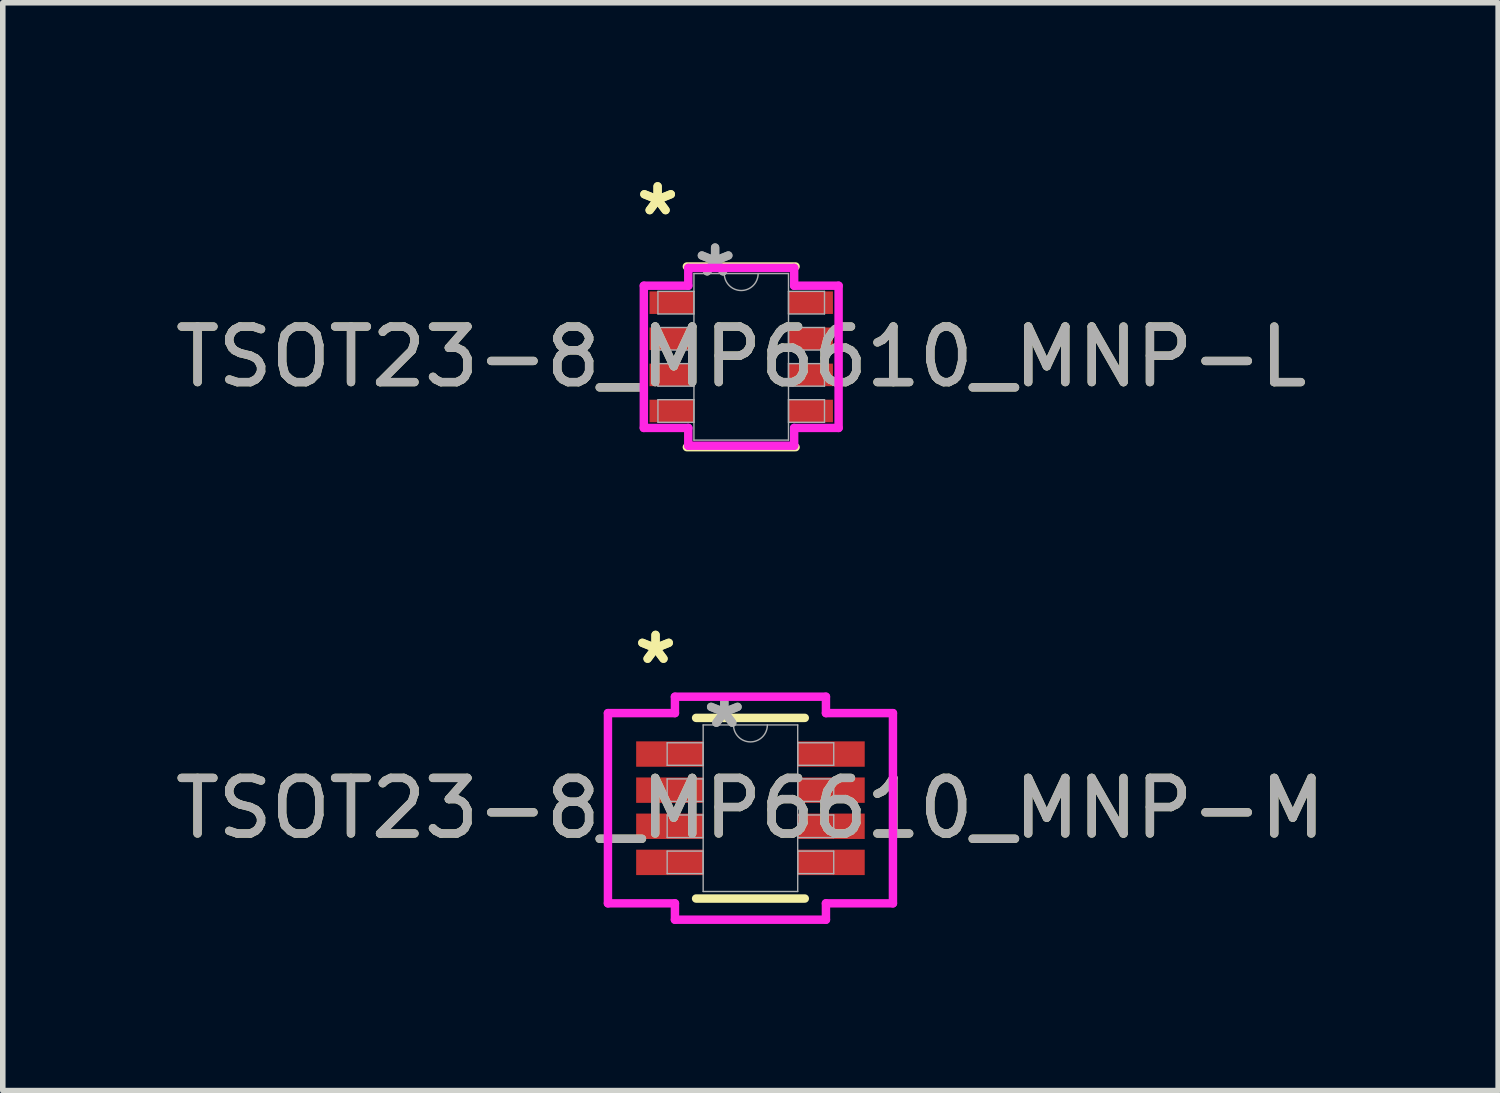
<source format=kicad_pcb>
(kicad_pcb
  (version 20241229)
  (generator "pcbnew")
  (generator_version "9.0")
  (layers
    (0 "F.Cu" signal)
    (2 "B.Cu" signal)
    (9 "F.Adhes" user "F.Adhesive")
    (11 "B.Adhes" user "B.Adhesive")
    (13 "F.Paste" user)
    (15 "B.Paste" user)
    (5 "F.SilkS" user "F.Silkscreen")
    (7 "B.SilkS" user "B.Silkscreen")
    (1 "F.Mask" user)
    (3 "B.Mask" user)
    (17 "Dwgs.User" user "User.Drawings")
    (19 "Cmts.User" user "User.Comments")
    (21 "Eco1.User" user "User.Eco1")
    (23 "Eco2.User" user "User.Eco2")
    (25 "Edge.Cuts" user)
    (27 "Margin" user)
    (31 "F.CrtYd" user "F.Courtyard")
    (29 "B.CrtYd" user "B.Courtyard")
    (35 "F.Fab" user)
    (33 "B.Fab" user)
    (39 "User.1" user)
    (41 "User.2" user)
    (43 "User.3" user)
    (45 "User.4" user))
  (footprint "TSOT23-8_MP6610_MNP-M"
    (layer "F.Cu")
    (at 10.458 11.498)
    (property "Reference" "TSOT23-8_MP6610_MNP-M" (at 0 0 0) (unlocked yes) (layer "F.SilkS") (effects (font (size 1 1) (thickness 0.15))))
    (attr smd)
    (fp_line (start -0.978 1.626) (end 0.978 1.626) (stroke (width 0.152) (type solid)) (layer "F.SilkS"))
    (fp_line (start 0.978 -1.626) (end -0.978 -1.626) (stroke (width 0.152) (type solid)) (layer "F.SilkS"))
    (fp_line (start -2.565 -1.712) (end -1.359 -1.712) (stroke (width 0.152) (type solid)) (layer "F.CrtYd"))
    (fp_line (start -2.565 1.712) (end -2.565 -1.712) (stroke (width 0.152) (type solid)) (layer "F.CrtYd"))
    (fp_line (start -2.565 1.712) (end -1.359 1.712) (stroke (width 0.152) (type solid)) (layer "F.CrtYd"))
    (fp_line (start -1.359 -2.007) (end 1.359 -2.007) (stroke (width 0.152) (type solid)) (layer "F.CrtYd"))
    (fp_line (start -1.359 -1.712) (end -1.359 -2.007) (stroke (width 0.152) (type solid)) (layer "F.CrtYd"))
    (fp_line (start -1.359 2.007) (end -1.359 1.712) (stroke (width 0.152) (type solid)) (layer "F.CrtYd"))
    (fp_line (start 1.359 -2.007) (end 1.359 -1.712) (stroke (width 0.152) (type solid)) (layer "F.CrtYd"))
    (fp_line (start 1.359 1.712) (end 1.359 2.007) (stroke (width 0.152) (type solid)) (layer "F.CrtYd"))
    (fp_line (start 1.359 2.007) (end -1.359 2.007) (stroke (width 0.152) (type solid)) (layer "F.CrtYd"))
    (fp_line (start 2.565 -1.712) (end 1.359 -1.712) (stroke (width 0.152) (type solid)) (layer "F.CrtYd"))
    (fp_line (start 2.565 -1.712) (end 2.565 1.712) (stroke (width 0.152) (type solid)) (layer "F.CrtYd"))
    (fp_line (start 2.565 1.712) (end 1.359 1.712) (stroke (width 0.152) (type solid)) (layer "F.CrtYd"))
    (fp_line (start -1.499 -1.178) (end -1.499 -0.772) (stroke (width 0.025) (type solid)) (layer "F.Fab"))
    (fp_line (start -1.499 -0.772) (end -0.851 -0.772) (stroke (width 0.025) (type solid)) (layer "F.Fab"))
    (fp_line (start -1.499 -0.528) (end -1.499 -0.122) (stroke (width 0.025) (type solid)) (layer "F.Fab"))
    (fp_line (start -1.499 -0.122) (end -0.851 -0.122) (stroke (width 0.025) (type solid)) (layer "F.Fab"))
    (fp_line (start -1.499 0.122) (end -1.499 0.528) (stroke (width 0.025) (type solid)) (layer "F.Fab"))
    (fp_line (start -1.499 0.528) (end -0.851 0.528) (stroke (width 0.025) (type solid)) (layer "F.Fab"))
    (fp_line (start -1.499 0.772) (end -1.499 1.178) (stroke (width 0.025) (type solid)) (layer "F.Fab"))
    (fp_line (start -1.499 1.178) (end -0.851 1.178) (stroke (width 0.025) (type solid)) (layer "F.Fab"))
    (fp_line (start -0.851 -1.499) (end -0.851 1.499) (stroke (width 0.025) (type solid)) (layer "F.Fab"))
    (fp_line (start -0.851 -1.178) (end -1.499 -1.178) (stroke (width 0.025) (type solid)) (layer "F.Fab"))
    (fp_line (start -0.851 -0.772) (end -0.851 -1.178) (stroke (width 0.025) (type solid)) (layer "F.Fab"))
    (fp_line (start -0.851 -0.528) (end -1.499 -0.528) (stroke (width 0.025) (type solid)) (layer "F.Fab"))
    (fp_line (start -0.851 -0.122) (end -0.851 -0.528) (stroke (width 0.025) (type solid)) (layer "F.Fab"))
    (fp_line (start -0.851 0.122) (end -1.499 0.122) (stroke (width 0.025) (type solid)) (layer "F.Fab"))
    (fp_line (start -0.851 0.528) (end -0.851 0.122) (stroke (width 0.025) (type solid)) (layer "F.Fab"))
    (fp_line (start -0.851 0.772) (end -1.499 0.772) (stroke (width 0.025) (type solid)) (layer "F.Fab"))
    (fp_line (start -0.851 1.178) (end -0.851 0.772) (stroke (width 0.025) (type solid)) (layer "F.Fab"))
    (fp_line (start -0.851 1.499) (end 0.851 1.499) (stroke (width 0.025) (type solid)) (layer "F.Fab"))
    (fp_line (start 0.851 -1.499) (end -0.851 -1.499) (stroke (width 0.025) (type solid)) (layer "F.Fab"))
    (fp_line (start 0.851 -1.178) (end 0.851 -0.772) (stroke (width 0.025) (type solid)) (layer "F.Fab"))
    (fp_line (start 0.851 -0.772) (end 1.499 -0.772) (stroke (width 0.025) (type solid)) (layer "F.Fab"))
    (fp_line (start 0.851 -0.528) (end 0.851 -0.122) (stroke (width 0.025) (type solid)) (layer "F.Fab"))
    (fp_line (start 0.851 -0.122) (end 1.499 -0.122) (stroke (width 0.025) (type solid)) (layer "F.Fab"))
    (fp_line (start 0.851 0.122) (end 0.851 0.528) (stroke (width 0.025) (type solid)) (layer "F.Fab"))
    (fp_line (start 0.851 0.528) (end 1.499 0.528) (stroke (width 0.025) (type solid)) (layer "F.Fab"))
    (fp_line (start 0.851 0.772) (end 0.851 1.178) (stroke (width 0.025) (type solid)) (layer "F.Fab"))
    (fp_line (start 0.851 1.178) (end 1.499 1.178) (stroke (width 0.025) (type solid)) (layer "F.Fab"))
    (fp_line (start 0.851 1.499) (end 0.851 -1.499) (stroke (width 0.025) (type solid)) (layer "F.Fab"))
    (fp_line (start 1.499 -1.178) (end 0.851 -1.178) (stroke (width 0.025) (type solid)) (layer "F.Fab"))
    (fp_line (start 1.499 -0.772) (end 1.499 -1.178) (stroke (width 0.025) (type solid)) (layer "F.Fab"))
    (fp_line (start 1.499 -0.528) (end 0.851 -0.528) (stroke (width 0.025) (type solid)) (layer "F.Fab"))
    (fp_line (start 1.499 -0.122) (end 1.499 -0.528) (stroke (width 0.025) (type solid)) (layer "F.Fab"))
    (fp_line (start 1.499 0.122) (end 0.851 0.122) (stroke (width 0.025) (type solid)) (layer "F.Fab"))
    (fp_line (start 1.499 0.528) (end 1.499 0.122) (stroke (width 0.025) (type solid)) (layer "F.Fab"))
    (fp_line (start 1.499 0.772) (end 0.851 0.772) (stroke (width 0.025) (type solid)) (layer "F.Fab"))
    (fp_line (start 1.499 1.178) (end 1.499 0.772) (stroke (width 0.025) (type solid)) (layer "F.Fab"))
    (fp_arc (start 0.3048 -1.4986) (mid 0 -1.1938) (end -0.3048 -1.4986) (stroke (width 0.0254) (type solid)) (layer "F.Fab"))
    (fp_text user "*" (at -1.708 -2.575 0) (layer "F.SilkS") (effects (font (size 1 1) (thickness 0.15))))
    (fp_text user "*" (at -1.708 -2.575 0) (unlocked yes) (layer "F.SilkS") (effects (font (size 1 1) (thickness 0.15))))
    (fp_text user "*" (at -0.47 -1.422 0) (unlocked yes) (layer "F.Fab") (effects (font (size 1 1) (thickness 0.15))))
    (fp_text user "${REFERENCE}" (at 0 0 0) (unlocked yes) (layer "F.Fab") (effects (font (size 1 1) (thickness 0.15))))
    (fp_text user "*" (at -0.47 -1.422 0) (layer "F.Fab") (effects (font (size 1 1) (thickness 0.15))))
    (pad "1" smd rect (at -1.454 -0.975) (size 1.206 0.457) (layers "F.Cu" "F.Mask" "F.Paste"))
    (pad "2" smd rect (at -1.454 -0.325) (size 1.206 0.457) (layers "F.Cu" "F.Mask" "F.Paste"))
    (pad "3" smd rect (at -1.454 0.325) (size 1.206 0.457) (layers "F.Cu" "F.Mask" "F.Paste"))
    (pad "4" smd rect (at -1.454 0.975) (size 1.206 0.457) (layers "F.Cu" "F.Mask" "F.Paste"))
    (pad "5" smd rect (at 1.454 0.975) (size 1.206 0.457) (layers "F.Cu" "F.Mask" "F.Paste"))
    (pad "6" smd rect (at 1.454 0.325) (size 1.206 0.457) (layers "F.Cu" "F.Mask" "F.Paste"))
    (pad "7" smd rect (at 1.454 -0.325) (size 1.206 0.457) (layers "F.Cu" "F.Mask" "F.Paste"))
    (pad "8" smd rect (at 1.454 -0.975) (size 1.206 0.457) (layers "F.Cu" "F.Mask" "F.Paste")))
  (footprint "TSOT23-8_MP6610_MNP-L"
    (layer "F.Cu")
    (at 10.292 3.373)
    (property "Reference" "TSOT23-8_MP6610_MNP-L" (at 0 0 0) (unlocked yes) (layer "F.SilkS") (effects (font (size 1 1) (thickness 0.15))))
    (attr smd)
    (fp_line (start -0.978 1.626) (end 0.978 1.626) (stroke (width 0.152) (type solid)) (layer "F.SilkS"))
    (fp_line (start 0.978 -1.626) (end -0.978 -1.626) (stroke (width 0.152) (type solid)) (layer "F.SilkS"))
    (fp_line (start -1.753 -1.28) (end -0.953 -1.28) (stroke (width 0.152) (type solid)) (layer "F.CrtYd"))
    (fp_line (start -1.753 1.28) (end -1.753 -1.28) (stroke (width 0.152) (type solid)) (layer "F.CrtYd"))
    (fp_line (start -1.753 1.28) (end -0.953 1.28) (stroke (width 0.152) (type solid)) (layer "F.CrtYd"))
    (fp_line (start -0.953 -1.6) (end 0.953 -1.6) (stroke (width 0.152) (type solid)) (layer "F.CrtYd"))
    (fp_line (start -0.953 -1.28) (end -0.953 -1.6) (stroke (width 0.152) (type solid)) (layer "F.CrtYd"))
    (fp_line (start -0.953 1.6) (end -0.953 1.28) (stroke (width 0.152) (type solid)) (layer "F.CrtYd"))
    (fp_line (start 0.953 -1.6) (end 0.953 -1.28) (stroke (width 0.152) (type solid)) (layer "F.CrtYd"))
    (fp_line (start 0.953 1.28) (end 0.953 1.6) (stroke (width 0.152) (type solid)) (layer "F.CrtYd"))
    (fp_line (start 0.953 1.6) (end -0.953 1.6) (stroke (width 0.152) (type solid)) (layer "F.CrtYd"))
    (fp_line (start 1.753 -1.28) (end 0.953 -1.28) (stroke (width 0.152) (type solid)) (layer "F.CrtYd"))
    (fp_line (start 1.753 -1.28) (end 1.753 1.28) (stroke (width 0.152) (type solid)) (layer "F.CrtYd"))
    (fp_line (start 1.753 1.28) (end 0.953 1.28) (stroke (width 0.152) (type solid)) (layer "F.CrtYd"))
    (fp_line (start -1.499 -1.178) (end -1.499 -0.772) (stroke (width 0.025) (type solid)) (layer "F.Fab"))
    (fp_line (start -1.499 -0.772) (end -0.851 -0.772) (stroke (width 0.025) (type solid)) (layer "F.Fab"))
    (fp_line (start -1.499 -0.528) (end -1.499 -0.122) (stroke (width 0.025) (type solid)) (layer "F.Fab"))
    (fp_line (start -1.499 -0.122) (end -0.851 -0.122) (stroke (width 0.025) (type solid)) (layer "F.Fab"))
    (fp_line (start -1.499 0.122) (end -1.499 0.528) (stroke (width 0.025) (type solid)) (layer "F.Fab"))
    (fp_line (start -1.499 0.528) (end -0.851 0.528) (stroke (width 0.025) (type solid)) (layer "F.Fab"))
    (fp_line (start -1.499 0.772) (end -1.499 1.178) (stroke (width 0.025) (type solid)) (layer "F.Fab"))
    (fp_line (start -1.499 1.178) (end -0.851 1.178) (stroke (width 0.025) (type solid)) (layer "F.Fab"))
    (fp_line (start -0.851 -1.499) (end -0.851 1.499) (stroke (width 0.025) (type solid)) (layer "F.Fab"))
    (fp_line (start -0.851 -1.178) (end -1.499 -1.178) (stroke (width 0.025) (type solid)) (layer "F.Fab"))
    (fp_line (start -0.851 -0.772) (end -0.851 -1.178) (stroke (width 0.025) (type solid)) (layer "F.Fab"))
    (fp_line (start -0.851 -0.528) (end -1.499 -0.528) (stroke (width 0.025) (type solid)) (layer "F.Fab"))
    (fp_line (start -0.851 -0.122) (end -0.851 -0.528) (stroke (width 0.025) (type solid)) (layer "F.Fab"))
    (fp_line (start -0.851 0.122) (end -1.499 0.122) (stroke (width 0.025) (type solid)) (layer "F.Fab"))
    (fp_line (start -0.851 0.528) (end -0.851 0.122) (stroke (width 0.025) (type solid)) (layer "F.Fab"))
    (fp_line (start -0.851 0.772) (end -1.499 0.772) (stroke (width 0.025) (type solid)) (layer "F.Fab"))
    (fp_line (start -0.851 1.178) (end -0.851 0.772) (stroke (width 0.025) (type solid)) (layer "F.Fab"))
    (fp_line (start -0.851 1.499) (end 0.851 1.499) (stroke (width 0.025) (type solid)) (layer "F.Fab"))
    (fp_line (start 0.851 -1.499) (end -0.851 -1.499) (stroke (width 0.025) (type solid)) (layer "F.Fab"))
    (fp_line (start 0.851 -1.178) (end 0.851 -0.772) (stroke (width 0.025) (type solid)) (layer "F.Fab"))
    (fp_line (start 0.851 -0.772) (end 1.499 -0.772) (stroke (width 0.025) (type solid)) (layer "F.Fab"))
    (fp_line (start 0.851 -0.528) (end 0.851 -0.122) (stroke (width 0.025) (type solid)) (layer "F.Fab"))
    (fp_line (start 0.851 -0.122) (end 1.499 -0.122) (stroke (width 0.025) (type solid)) (layer "F.Fab"))
    (fp_line (start 0.851 0.122) (end 0.851 0.528) (stroke (width 0.025) (type solid)) (layer "F.Fab"))
    (fp_line (start 0.851 0.528) (end 1.499 0.528) (stroke (width 0.025) (type solid)) (layer "F.Fab"))
    (fp_line (start 0.851 0.772) (end 0.851 1.178) (stroke (width 0.025) (type solid)) (layer "F.Fab"))
    (fp_line (start 0.851 1.178) (end 1.499 1.178) (stroke (width 0.025) (type solid)) (layer "F.Fab"))
    (fp_line (start 0.851 1.499) (end 0.851 -1.499) (stroke (width 0.025) (type solid)) (layer "F.Fab"))
    (fp_line (start 1.499 -1.178) (end 0.851 -1.178) (stroke (width 0.025) (type solid)) (layer "F.Fab"))
    (fp_line (start 1.499 -0.772) (end 1.499 -1.178) (stroke (width 0.025) (type solid)) (layer "F.Fab"))
    (fp_line (start 1.499 -0.528) (end 0.851 -0.528) (stroke (width 0.025) (type solid)) (layer "F.Fab"))
    (fp_line (start 1.499 -0.122) (end 1.499 -0.528) (stroke (width 0.025) (type solid)) (layer "F.Fab"))
    (fp_line (start 1.499 0.122) (end 0.851 0.122) (stroke (width 0.025) (type solid)) (layer "F.Fab"))
    (fp_line (start 1.499 0.528) (end 1.499 0.122) (stroke (width 0.025) (type solid)) (layer "F.Fab"))
    (fp_line (start 1.499 0.772) (end 0.851 0.772) (stroke (width 0.025) (type solid)) (layer "F.Fab"))
    (fp_line (start 1.499 1.178) (end 1.499 0.772) (stroke (width 0.025) (type solid)) (layer "F.Fab"))
    (fp_arc (start 0.3048 -1.4986) (mid 0 -1.1938) (end -0.3048 -1.4986) (stroke (width 0.0254) (type solid)) (layer "F.Fab"))
    (fp_text user "*" (at -1.505 -2.524 0) (layer "F.SilkS") (effects (font (size 1 1) (thickness 0.15))))
    (fp_text user "*" (at -1.505 -2.524 0) (unlocked yes) (layer "F.SilkS") (effects (font (size 1 1) (thickness 0.15))))
    (fp_text user "*" (at -0.47 -1.422 0) (unlocked yes) (layer "F.Fab") (effects (font (size 1 1) (thickness 0.15))))
    (fp_text user "*" (at -0.47 -1.422 0) (layer "F.Fab") (effects (font (size 1 1) (thickness 0.15))))
    (fp_text user "${REFERENCE}" (at 0 0 0) (unlocked yes) (layer "F.Fab") (effects (font (size 1 1) (thickness 0.15))))
    (pad "1" smd rect (at -1.251 -0.975) (size 0.8 0.406) (layers "F.Cu" "F.Mask" "F.Paste"))
    (pad "2" smd rect (at -1.251 -0.325) (size 0.8 0.406) (layers "F.Cu" "F.Mask" "F.Paste"))
    (pad "3" smd rect (at -1.251 0.325) (size 0.8 0.406) (layers "F.Cu" "F.Mask" "F.Paste"))
    (pad "4" smd rect (at -1.251 0.975) (size 0.8 0.406) (layers "F.Cu" "F.Mask" "F.Paste"))
    (pad "5" smd rect (at 1.251 0.975) (size 0.8 0.406) (layers "F.Cu" "F.Mask" "F.Paste"))
    (pad "6" smd rect (at 1.251 0.325) (size 0.8 0.406) (layers "F.Cu" "F.Mask" "F.Paste"))
    (pad "7" smd rect (at 1.251 -0.325) (size 0.8 0.406) (layers "F.Cu" "F.Mask" "F.Paste"))
    (pad "8" smd rect (at 1.251 -0.975) (size 0.8 0.406) (layers "F.Cu" "F.Mask" "F.Paste")))
  (gr_rect
    (start -3 -3)
    (end 23.917 16.581)
    (stroke (width 0.1) (type default))
    (fill no)
    (layer "Edge.Cuts")))
</source>
